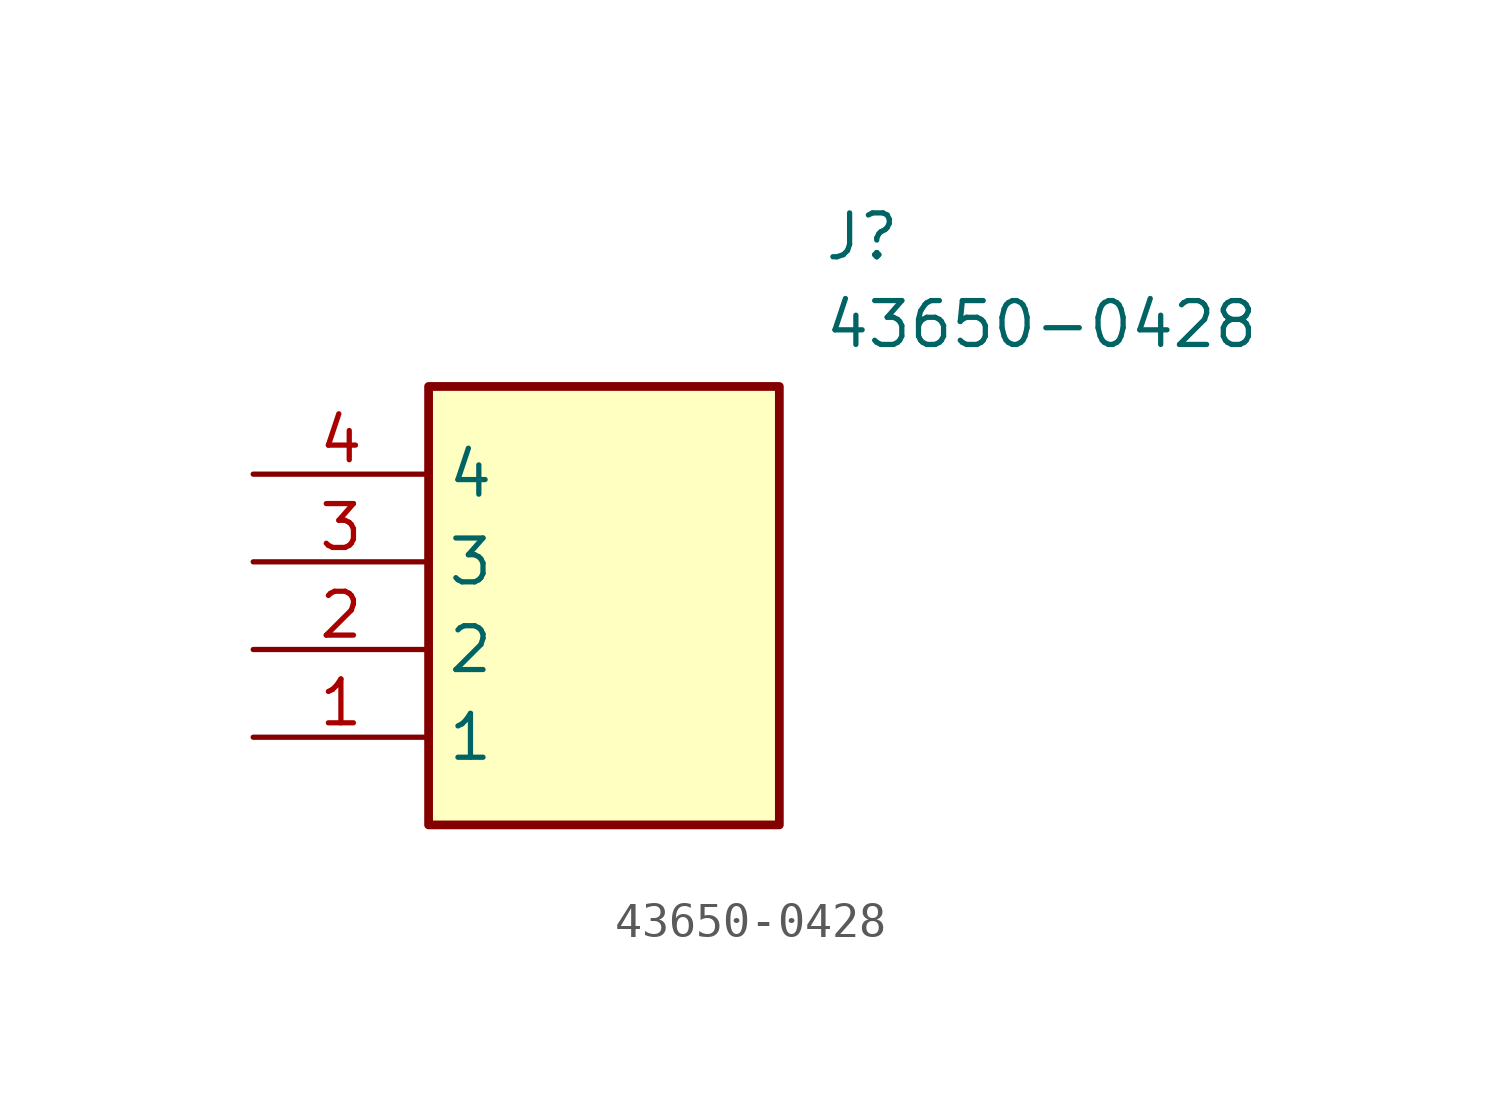
<source format=kicad_sym>
(kicad_symbol_lib
  (version 20211014)
  (generator SamacSys_ECAD_Model)
  (symbol "43650-0428"
    (property "Reference" "J"
      (at 16.51 7.62 0)
      (effects (font (size 1.27 1.27)) (justify left top)))
    (property "Value" "43650-0428"
      (at 16.51 5.08 0)
      (effects (font (size 1.27 1.27)) (justify left top)))
    (rectangle
      (start 5.08 2.54)
      (end 15.24 -10.16)
      (stroke (width 0.254) (type default))
      (fill (type background)))
    (pin passive line
      (at 0 -7.62 0)
      (length 5.08)
      (name "1" (effects (font (size 1.27 1.27))))
      (number "1" (effects (font (size 1.27 1.27)))))
    (pin passive line
      (at 0 -5.08 0)
      (length 5.08)
      (name "2" (effects (font (size 1.27 1.27))))
      (number "2" (effects (font (size 1.27 1.27)))))
    (pin passive line
      (at 0 -2.54 0)
      (length 5.08)
      (name "3" (effects (font (size 1.27 1.27))))
      (number "3" (effects (font (size 1.27 1.27)))))
    (pin passive line
      (at 0 0 0)
      (length 5.08)
      (name "4" (effects (font (size 1.27 1.27))))
      (number "4" (effects (font (size 1.27 1.27)))))))
</source>
